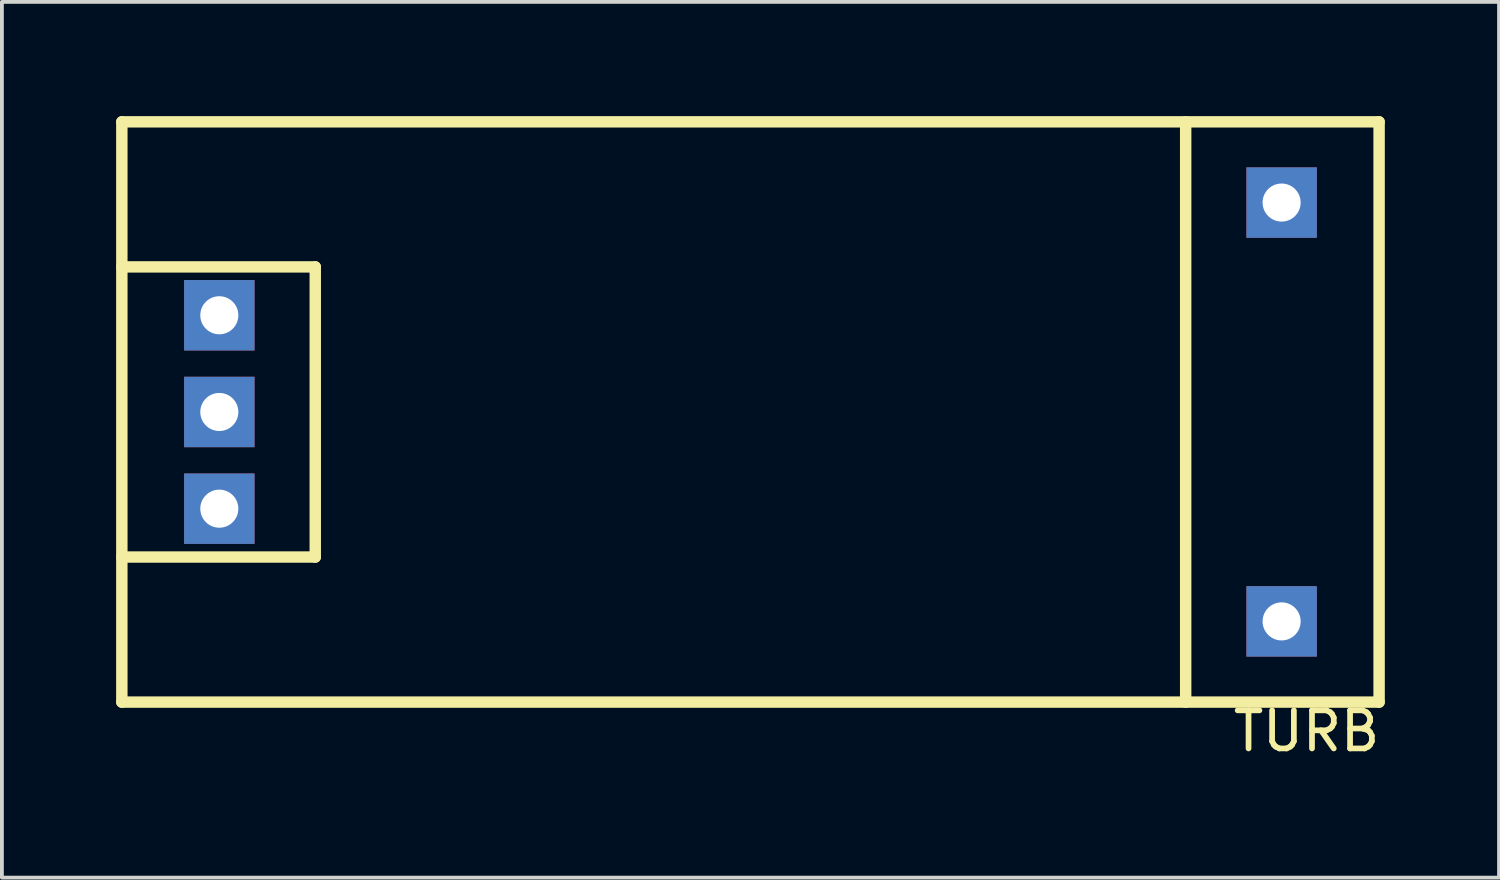
<source format=kicad_pcb>
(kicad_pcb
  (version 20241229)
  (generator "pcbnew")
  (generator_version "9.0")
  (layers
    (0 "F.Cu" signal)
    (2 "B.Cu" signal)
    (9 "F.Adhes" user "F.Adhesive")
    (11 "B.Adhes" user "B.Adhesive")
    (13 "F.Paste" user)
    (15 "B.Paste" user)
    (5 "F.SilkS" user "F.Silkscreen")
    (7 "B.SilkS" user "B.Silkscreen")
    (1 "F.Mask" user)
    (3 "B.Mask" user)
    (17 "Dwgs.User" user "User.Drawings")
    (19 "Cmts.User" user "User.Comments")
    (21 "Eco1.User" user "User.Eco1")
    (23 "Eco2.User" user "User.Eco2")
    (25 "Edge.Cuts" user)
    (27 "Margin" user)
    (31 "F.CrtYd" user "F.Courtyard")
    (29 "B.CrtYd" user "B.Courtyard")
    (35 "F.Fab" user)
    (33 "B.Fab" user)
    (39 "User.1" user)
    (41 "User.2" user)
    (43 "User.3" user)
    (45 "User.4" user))
  (footprint "TURB"
    (layer "F.Cu")
    (at 16.66 7.77)
    (property "Reference" "TURB" (at 14.605 8.382 0) (layer "F.SilkS") (effects (font (size 1 1) (thickness 0.15))))
    (attr through_hole)
    (fp_line (start -16.51 -7.62) (end 16.51 -7.62) (stroke (width 0.3) (type solid)) (layer "F.SilkS"))
    (fp_line (start -16.51 -3.81) (end -11.43 -3.81) (stroke (width 0.3) (type solid)) (layer "F.SilkS"))
    (fp_line (start -16.51 7.62) (end -16.51 -7.62) (stroke (width 0.3) (type solid)) (layer "F.SilkS"))
    (fp_line (start -11.43 -3.81) (end -11.43 3.81) (stroke (width 0.3) (type solid)) (layer "F.SilkS"))
    (fp_line (start -11.43 3.81) (end -16.51 3.81) (stroke (width 0.3) (type solid)) (layer "F.SilkS"))
    (fp_line (start 11.43 -7.62) (end 11.43 7.62) (stroke (width 0.3) (type solid)) (layer "F.SilkS"))
    (fp_line (start 16.51 -7.62) (end 16.51 7.62) (stroke (width 0.3) (type solid)) (layer "F.SilkS"))
    (fp_line (start 16.51 7.62) (end -16.51 7.62) (stroke (width 0.3) (type solid)) (layer "F.SilkS"))
    (pad "1" thru_hole rect (at -13.95 -2.54) (size 1.85 1.85) (drill 1) (layers "*.Cu" "*.Mask"))
    (pad "2" thru_hole rect (at -13.95 0) (size 1.85 1.85) (drill 1) (layers "*.Cu" "*.Mask"))
    (pad "3" thru_hole rect (at -13.95 2.54) (size 1.85 1.85) (drill 1) (layers "*.Cu" "*.Mask"))
    (pad "4" thru_hole rect (at 13.95 -5.5) (size 1.85 1.85) (drill 1) (layers "*.Cu" "*.Mask"))
    (pad "5" thru_hole rect (at 13.95 5.5) (size 1.85 1.85) (drill 1) (layers "*.Cu" "*.Mask")))
  (gr_rect
    (start -3 -3)
    (end 36.32 20)
    (stroke (width 0.1) (type default))
    (fill no)
    (layer "Edge.Cuts")))
</source>
